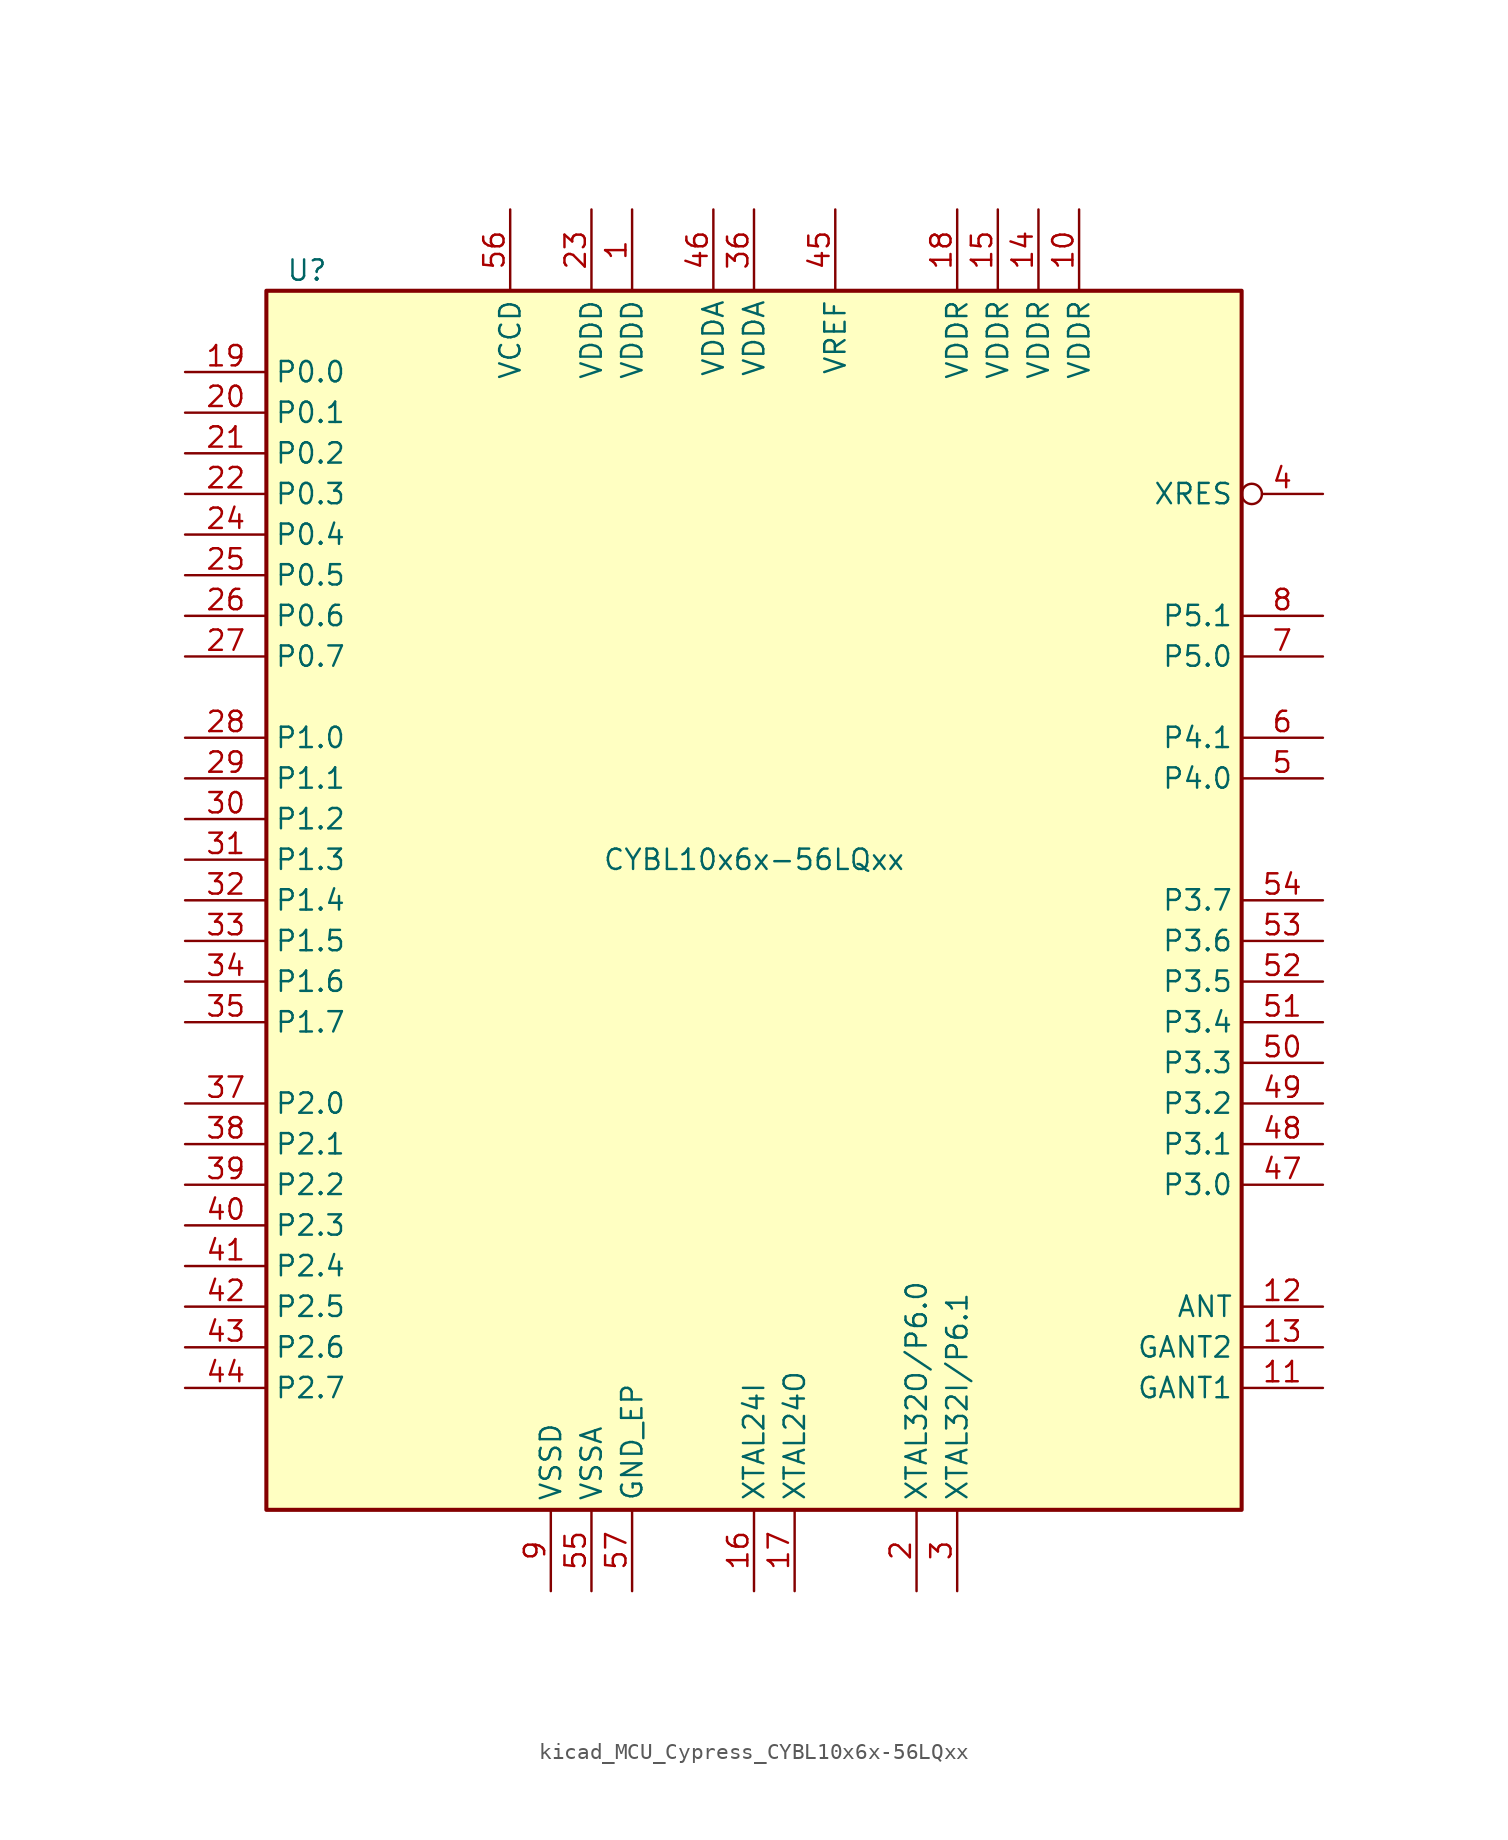
<source format=kicad_sym>
(kicad_symbol_lib
  (version 20220914)
  (generator kicad_symbol_editor)
  (symbol "kicad_MCU_Cypress_CYBL10x6x-56LQxx"
    (property "Reference" "U"
      (at -27.94 39.37 0)
      (effects (font (size 1.27 1.27))))
    (property "Value" "CYBL10x6x-56LQxx"
      (at 0 2.54 0)
      (effects (font (size 1.27 1.27))))
    (symbol "kicad_MCU_Cypress_CYBL10x6x-56LQxx_1_0"
      (rectangle (start -30.48 -38.1) (end 30.48 38.1) (stroke (width 0.254) (type default)) (fill (type background))))
    (symbol "kicad_MCU_Cypress_CYBL10x6x-56LQxx_1_1"
      (pin power_in line (at -7.62 43.18 270) (length 5.08) (name "VDDD" (effects (font (size 1.27 1.27)))) (number "1" (effects (font (size 1.27 1.27)))))
      (pin power_in line (at 20.32 43.18 270) (length 5.08) (name "VDDR" (effects (font (size 1.27 1.27)))) (number "10" (effects (font (size 1.27 1.27)))))
      (pin power_in line (at 35.56 -30.48 180) (length 5.08) (name "GANT1" (effects (font (size 1.27 1.27)))) (number "11" (effects (font (size 1.27 1.27)))))
      (pin output line (at 35.56 -25.4 180) (length 5.08) (name "ANT" (effects (font (size 1.27 1.27)))) (number "12" (effects (font (size 1.27 1.27)))))
      (pin power_in line (at 35.56 -27.94 180) (length 5.08) (name "GANT2" (effects (font (size 1.27 1.27)))) (number "13" (effects (font (size 1.27 1.27)))))
      (pin power_in line (at 17.78 43.18 270) (length 5.08) (name "VDDR" (effects (font (size 1.27 1.27)))) (number "14" (effects (font (size 1.27 1.27)))))
      (pin power_in line (at 15.24 43.18 270) (length 5.08) (name "VDDR" (effects (font (size 1.27 1.27)))) (number "15" (effects (font (size 1.27 1.27)))))
      (pin input line (at 0 -43.18 90) (length 5.08) (name "XTAL24I" (effects (font (size 1.27 1.27)))) (number "16" (effects (font (size 1.27 1.27)))))
      (pin output line (at 2.54 -43.18 90) (length 5.08) (name "XTAL24O" (effects (font (size 1.27 1.27)))) (number "17" (effects (font (size 1.27 1.27)))))
      (pin power_in line (at 12.7 43.18 270) (length 5.08) (name "VDDR" (effects (font (size 1.27 1.27)))) (number "18" (effects (font (size 1.27 1.27)))))
      (pin bidirectional line (at -35.56 33.02 0) (length 5.08) (name "P0.0" (effects (font (size 1.27 1.27)))) (number "19" (effects (font (size 1.27 1.27)))))
      (pin bidirectional line (at 10.16 -43.18 90) (length 5.08) (name "XTAL32O/P6.0" (effects (font (size 1.27 1.27)))) (number "2" (effects (font (size 1.27 1.27)))))
      (pin bidirectional line (at -35.56 30.48 0) (length 5.08) (name "P0.1" (effects (font (size 1.27 1.27)))) (number "20" (effects (font (size 1.27 1.27)))))
      (pin bidirectional line (at -35.56 27.94 0) (length 5.08) (name "P0.2" (effects (font (size 1.27 1.27)))) (number "21" (effects (font (size 1.27 1.27)))))
      (pin bidirectional line (at -35.56 25.4 0) (length 5.08) (name "P0.3" (effects (font (size 1.27 1.27)))) (number "22" (effects (font (size 1.27 1.27)))))
      (pin power_in line (at -10.16 43.18 270) (length 5.08) (name "VDDD" (effects (font (size 1.27 1.27)))) (number "23" (effects (font (size 1.27 1.27)))))
      (pin bidirectional line (at -35.56 22.86 0) (length 5.08) (name "P0.4" (effects (font (size 1.27 1.27)))) (number "24" (effects (font (size 1.27 1.27)))))
      (pin bidirectional line (at -35.56 20.32 0) (length 5.08) (name "P0.5" (effects (font (size 1.27 1.27)))) (number "25" (effects (font (size 1.27 1.27)))))
      (pin bidirectional line (at -35.56 17.78 0) (length 5.08) (name "P0.6" (effects (font (size 1.27 1.27)))) (number "26" (effects (font (size 1.27 1.27)))))
      (pin bidirectional line (at -35.56 15.24 0) (length 5.08) (name "P0.7" (effects (font (size 1.27 1.27)))) (number "27" (effects (font (size 1.27 1.27)))))
      (pin bidirectional line (at -35.56 10.16 0) (length 5.08) (name "P1.0" (effects (font (size 1.27 1.27)))) (number "28" (effects (font (size 1.27 1.27)))))
      (pin bidirectional line (at -35.56 7.62 0) (length 5.08) (name "P1.1" (effects (font (size 1.27 1.27)))) (number "29" (effects (font (size 1.27 1.27)))))
      (pin bidirectional line (at 12.7 -43.18 90) (length 5.08) (name "XTAL32I/P6.1" (effects (font (size 1.27 1.27)))) (number "3" (effects (font (size 1.27 1.27)))))
      (pin bidirectional line (at -35.56 5.08 0) (length 5.08) (name "P1.2" (effects (font (size 1.27 1.27)))) (number "30" (effects (font (size 1.27 1.27)))))
      (pin bidirectional line (at -35.56 2.54 0) (length 5.08) (name "P1.3" (effects (font (size 1.27 1.27)))) (number "31" (effects (font (size 1.27 1.27)))))
      (pin bidirectional line (at -35.56 0 0) (length 5.08) (name "P1.4" (effects (font (size 1.27 1.27)))) (number "32" (effects (font (size 1.27 1.27)))))
      (pin bidirectional line (at -35.56 -2.54 0) (length 5.08) (name "P1.5" (effects (font (size 1.27 1.27)))) (number "33" (effects (font (size 1.27 1.27)))))
      (pin bidirectional line (at -35.56 -5.08 0) (length 5.08) (name "P1.6" (effects (font (size 1.27 1.27)))) (number "34" (effects (font (size 1.27 1.27)))))
      (pin bidirectional line (at -35.56 -7.62 0) (length 5.08) (name "P1.7" (effects (font (size 1.27 1.27)))) (number "35" (effects (font (size 1.27 1.27)))))
      (pin power_in line (at 0 43.18 270) (length 5.08) (name "VDDA" (effects (font (size 1.27 1.27)))) (number "36" (effects (font (size 1.27 1.27)))))
      (pin bidirectional line (at -35.56 -12.7 0) (length 5.08) (name "P2.0" (effects (font (size 1.27 1.27)))) (number "37" (effects (font (size 1.27 1.27)))))
      (pin bidirectional line (at -35.56 -15.24 0) (length 5.08) (name "P2.1" (effects (font (size 1.27 1.27)))) (number "38" (effects (font (size 1.27 1.27)))))
      (pin bidirectional line (at -35.56 -17.78 0) (length 5.08) (name "P2.2" (effects (font (size 1.27 1.27)))) (number "39" (effects (font (size 1.27 1.27)))))
      (pin input inverted (at 35.56 25.4 180) (length 5.08) (name "XRES" (effects (font (size 1.27 1.27)))) (number "4" (effects (font (size 1.27 1.27)))))
      (pin bidirectional line (at -35.56 -20.32 0) (length 5.08) (name "P2.3" (effects (font (size 1.27 1.27)))) (number "40" (effects (font (size 1.27 1.27)))))
      (pin bidirectional line (at -35.56 -22.86 0) (length 5.08) (name "P2.4" (effects (font (size 1.27 1.27)))) (number "41" (effects (font (size 1.27 1.27)))))
      (pin bidirectional line (at -35.56 -25.4 0) (length 5.08) (name "P2.5" (effects (font (size 1.27 1.27)))) (number "42" (effects (font (size 1.27 1.27)))))
      (pin bidirectional line (at -35.56 -27.94 0) (length 5.08) (name "P2.6" (effects (font (size 1.27 1.27)))) (number "43" (effects (font (size 1.27 1.27)))))
      (pin bidirectional line (at -35.56 -30.48 0) (length 5.08) (name "P2.7" (effects (font (size 1.27 1.27)))) (number "44" (effects (font (size 1.27 1.27)))))
      (pin passive line (at 5.08 43.18 270) (length 5.08) (name "VREF" (effects (font (size 1.27 1.27)))) (number "45" (effects (font (size 1.27 1.27)))))
      (pin power_in line (at -2.54 43.18 270) (length 5.08) (name "VDDA" (effects (font (size 1.27 1.27)))) (number "46" (effects (font (size 1.27 1.27)))))
      (pin bidirectional line (at 35.56 -17.78 180) (length 5.08) (name "P3.0" (effects (font (size 1.27 1.27)))) (number "47" (effects (font (size 1.27 1.27)))))
      (pin bidirectional line (at 35.56 -15.24 180) (length 5.08) (name "P3.1" (effects (font (size 1.27 1.27)))) (number "48" (effects (font (size 1.27 1.27)))))
      (pin bidirectional line (at 35.56 -12.7 180) (length 5.08) (name "P3.2" (effects (font (size 1.27 1.27)))) (number "49" (effects (font (size 1.27 1.27)))))
      (pin bidirectional line (at 35.56 7.62 180) (length 5.08) (name "P4.0" (effects (font (size 1.27 1.27)))) (number "5" (effects (font (size 1.27 1.27)))))
      (pin bidirectional line (at 35.56 -10.16 180) (length 5.08) (name "P3.3" (effects (font (size 1.27 1.27)))) (number "50" (effects (font (size 1.27 1.27)))))
      (pin bidirectional line (at 35.56 -7.62 180) (length 5.08) (name "P3.4" (effects (font (size 1.27 1.27)))) (number "51" (effects (font (size 1.27 1.27)))))
      (pin bidirectional line (at 35.56 -5.08 180) (length 5.08) (name "P3.5" (effects (font (size 1.27 1.27)))) (number "52" (effects (font (size 1.27 1.27)))))
      (pin bidirectional line (at 35.56 -2.54 180) (length 5.08) (name "P3.6" (effects (font (size 1.27 1.27)))) (number "53" (effects (font (size 1.27 1.27)))))
      (pin bidirectional line (at 35.56 0 180) (length 5.08) (name "P3.7" (effects (font (size 1.27 1.27)))) (number "54" (effects (font (size 1.27 1.27)))))
      (pin power_in line (at -10.16 -43.18 90) (length 5.08) (name "VSSA" (effects (font (size 1.27 1.27)))) (number "55" (effects (font (size 1.27 1.27)))))
      (pin power_out line (at -15.24 43.18 270) (length 5.08) (name "VCCD" (effects (font (size 1.27 1.27)))) (number "56" (effects (font (size 1.27 1.27)))))
      (pin power_in line (at -7.62 -43.18 90) (length 5.08) (name "GND_EP" (effects (font (size 1.27 1.27)))) (number "57" (effects (font (size 1.27 1.27)))))
      (pin bidirectional line (at 35.56 10.16 180) (length 5.08) (name "P4.1" (effects (font (size 1.27 1.27)))) (number "6" (effects (font (size 1.27 1.27)))))
      (pin bidirectional line (at 35.56 15.24 180) (length 5.08) (name "P5.0" (effects (font (size 1.27 1.27)))) (number "7" (effects (font (size 1.27 1.27)))))
      (pin bidirectional line (at 35.56 17.78 180) (length 5.08) (name "P5.1" (effects (font (size 1.27 1.27)))) (number "8" (effects (font (size 1.27 1.27)))))
      (pin power_in line (at -12.7 -43.18 90) (length 5.08) (name "VSSD" (effects (font (size 1.27 1.27)))) (number "9" (effects (font (size 1.27 1.27))))))))
</source>
